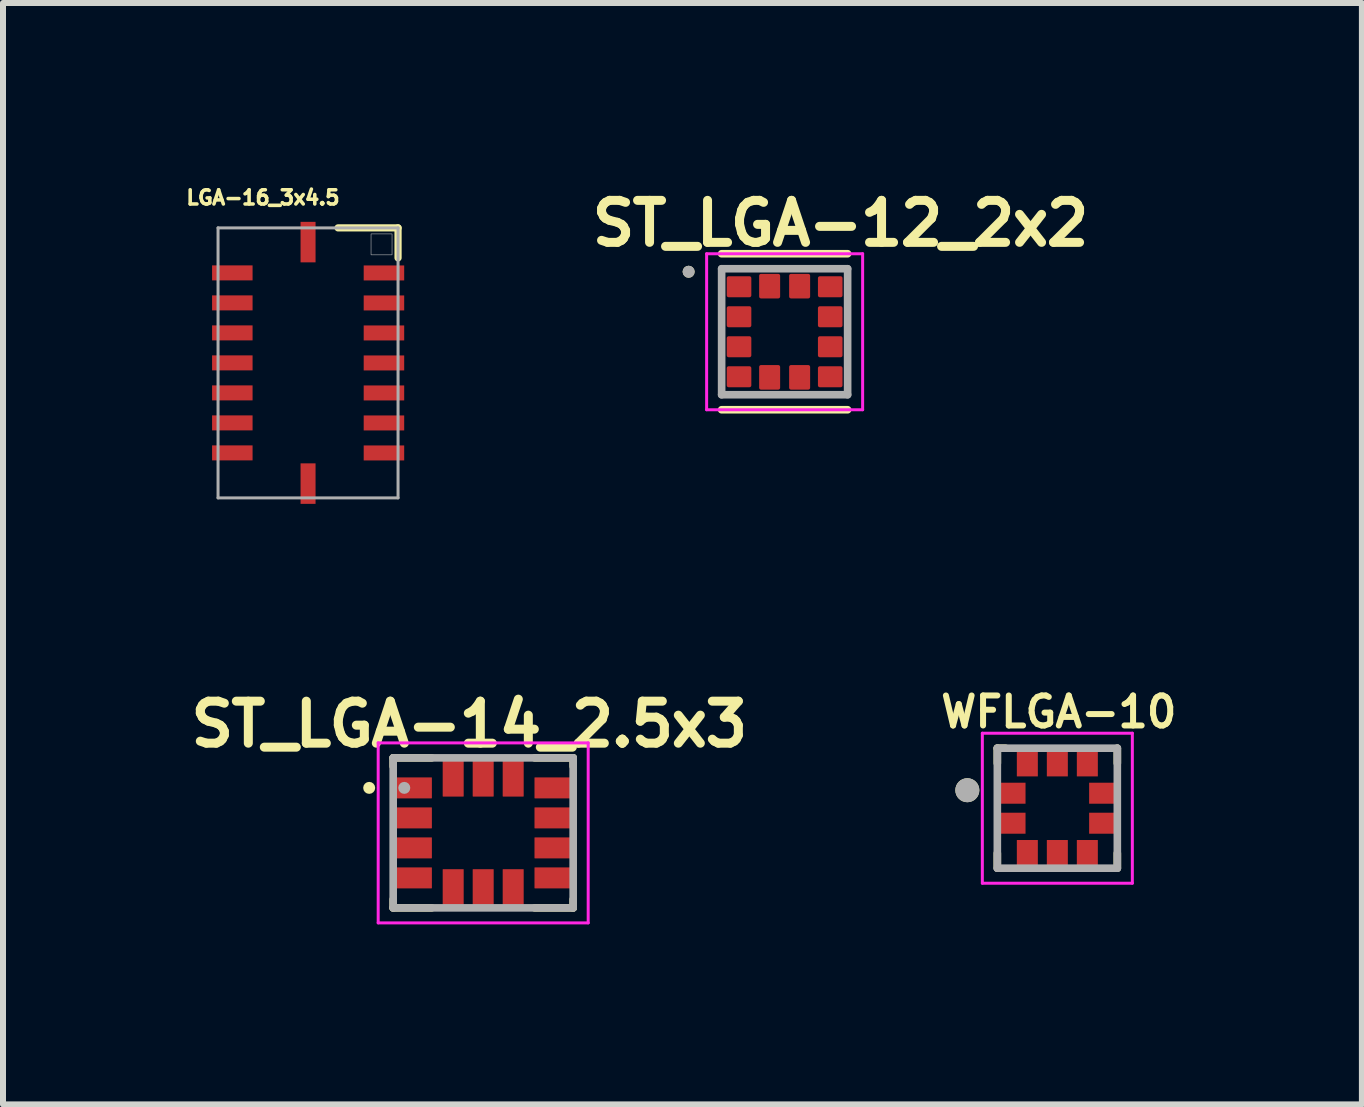
<source format=kicad_pcb>
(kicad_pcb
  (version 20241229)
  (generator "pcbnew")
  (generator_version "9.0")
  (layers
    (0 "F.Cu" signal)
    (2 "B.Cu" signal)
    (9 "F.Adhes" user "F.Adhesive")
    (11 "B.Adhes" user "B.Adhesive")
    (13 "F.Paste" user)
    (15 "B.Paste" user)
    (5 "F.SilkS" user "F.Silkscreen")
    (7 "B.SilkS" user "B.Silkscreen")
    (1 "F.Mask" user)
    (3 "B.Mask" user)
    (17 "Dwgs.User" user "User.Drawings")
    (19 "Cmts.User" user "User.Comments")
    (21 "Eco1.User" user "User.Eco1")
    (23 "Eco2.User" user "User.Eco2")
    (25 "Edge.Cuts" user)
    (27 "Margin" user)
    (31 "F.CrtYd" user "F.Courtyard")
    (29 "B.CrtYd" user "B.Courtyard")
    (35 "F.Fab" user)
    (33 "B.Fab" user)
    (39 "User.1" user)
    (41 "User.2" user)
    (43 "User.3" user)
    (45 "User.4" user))
  (footprint "LGA-16_3x4.5"
    (layer "F.Cu")
    (at 2.084 2.998)
    (property "Reference" "LGA-16_3x4.5" (at -0.751 -2.755 0) (layer "F.SilkS") (effects (font (size 0.237 0.237) (thickness 0.15))))
    (attr through_hole)
    (fp_line (start 0.5 -2.25) (end 1.5 -2.25) (stroke (width 0.12) (type solid)) (layer "F.SilkS"))
    (fp_line (start 1.5 -2.25) (end 1.5 -1.75) (stroke (width 0.12) (type solid)) (layer "F.SilkS"))
    (fp_line (start -1.5 -2.25) (end -1.5 2.25) (stroke (width 0.05) (type solid)) (layer "F.Fab"))
    (fp_line (start -1.5 2.25) (end 1.5 2.25) (stroke (width 0.05) (type solid)) (layer "F.Fab"))
    (fp_line (start 1.5 -2.25) (end -1.5 -2.25) (stroke (width 0.05) (type solid)) (layer "F.Fab"))
    (fp_line (start 1.5 2.25) (end 1.5 -2.25) (stroke (width 0.05) (type solid)) (layer "F.Fab"))
    (fp_poly (pts (xy 1.05 -2.15) (xy 1.4 -2.15) (xy 1.4 -1.801) (xy 1.05 -1.801)) (stroke (width 0.01) (type solid)) (fill no) (layer "F.Fab"))
    (pad "1" smd rect (at 1.265 -1.499) (size 0.675 0.25) (layers "F.Cu" "F.Mask" "F.Paste"))
    (pad "2" smd rect (at 1.265 -0.999) (size 0.675 0.25) (layers "F.Cu" "F.Mask" "F.Paste"))
    (pad "3" smd rect (at 1.265 -0.499) (size 0.675 0.25) (layers "F.Cu" "F.Mask" "F.Paste"))
    (pad "4" smd rect (at 1.265 0.001) (size 0.675 0.25) (layers "F.Cu" "F.Mask" "F.Paste"))
    (pad "5" smd rect (at 1.265 0.501) (size 0.675 0.25) (layers "F.Cu" "F.Mask" "F.Paste"))
    (pad "6" smd rect (at 1.265 1.001) (size 0.675 0.25) (layers "F.Cu" "F.Mask" "F.Paste"))
    (pad "7" smd rect (at 1.265 1.501) (size 0.675 0.25) (layers "F.Cu" "F.Mask" "F.Paste"))
    (pad "8" smd rect (at 0.000228 2.012 90) (size 0.675 0.25) (layers "F.Cu" "F.Mask" "F.Paste"))
    (pad "9" smd rect (at -1.262 1.5 180) (size 0.675 0.25) (layers "F.Cu" "F.Mask" "F.Paste"))
    (pad "10" smd rect (at -1.262 1 180) (size 0.675 0.25) (layers "F.Cu" "F.Mask" "F.Paste"))
    (pad "11" smd rect (at -1.262 0.5 180) (size 0.675 0.25) (layers "F.Cu" "F.Mask" "F.Paste"))
    (pad "12" smd rect (at -1.262 -0.000159 180) (size 0.675 0.25) (layers "F.Cu" "F.Mask" "F.Paste"))
    (pad "13" smd rect (at -1.262 -0.5 180) (size 0.675 0.25) (layers "F.Cu" "F.Mask" "F.Paste"))
    (pad "14" smd rect (at -1.262 -1 180) (size 0.675 0.25) (layers "F.Cu" "F.Mask" "F.Paste"))
    (pad "15" smd rect (at -1.262 -1.5 180) (size 0.675 0.25) (layers "F.Cu" "F.Mask" "F.Paste"))
    (pad "16" smd rect (at 0.000128 -2.013 90) (size 0.675 0.25) (layers "F.Cu" "F.Mask" "F.Paste")))
  (footprint "ST_LGA-12_2x2"
    (layer "F.Cu")
    (at 10.027 2.479)
    (property "Reference" "ST_LGA-12_2x2" (at 0.932 -1.806 0) (layer "F.SilkS") (effects (font (size 0.7 0.7) (thickness 0.15))))
    (attr smd)
    (fp_line (start -1.05 -1.3) (end 1.05 -1.3) (stroke (width 0.127) (type solid)) (layer "F.SilkS"))
    (fp_line (start 1.05 1.3) (end -1.05 1.3) (stroke (width 0.127) (type solid)) (layer "F.SilkS"))
    (fp_circle (center -1.6 -1) (end -1.55 -1) (stroke (width 0.1) (type solid)) (fill no) (layer "F.SilkS"))
    (fp_line (start -1.3 -1.3) (end -1.3 1.3) (stroke (width 0.05) (type solid)) (layer "F.CrtYd"))
    (fp_line (start -1.3 1.3) (end 1.3 1.3) (stroke (width 0.05) (type solid)) (layer "F.CrtYd"))
    (fp_line (start 1.3 -1.3) (end -1.3 -1.3) (stroke (width 0.05) (type solid)) (layer "F.CrtYd"))
    (fp_line (start 1.3 1.3) (end 1.3 -1.3) (stroke (width 0.05) (type solid)) (layer "F.CrtYd"))
    (fp_line (start -1.05 -1.05) (end 1.05 -1.05) (stroke (width 0.127) (type solid)) (layer "F.Fab"))
    (fp_line (start -1.05 1.05) (end -1.05 -1.05) (stroke (width 0.127) (type solid)) (layer "F.Fab"))
    (fp_line (start 1.05 -1.05) (end 1.05 1.05) (stroke (width 0.127) (type solid)) (layer "F.Fab"))
    (fp_line (start 1.05 1.05) (end -1.05 1.05) (stroke (width 0.127) (type solid)) (layer "F.Fab"))
    (fp_circle (center -1.6 -1) (end -1.55 -1) (stroke (width 0.1) (type solid)) (fill no) (layer "F.Fab"))
    (pad "1" smd roundrect (at -0.76 -0.75) (size 0.41 0.35) (layers "F.Cu" "F.Mask" "F.Paste") (roundrect_rratio 0.09))
    (pad "2" smd roundrect (at -0.76 -0.25) (size 0.41 0.35) (layers "F.Cu" "F.Mask" "F.Paste") (roundrect_rratio 0.09))
    (pad "3" smd roundrect (at -0.76 0.25) (size 0.41 0.35) (layers "F.Cu" "F.Mask" "F.Paste") (roundrect_rratio 0.09))
    (pad "4" smd roundrect (at -0.76 0.75) (size 0.41 0.35) (layers "F.Cu" "F.Mask" "F.Paste") (roundrect_rratio 0.09))
    (pad "5" smd roundrect (at -0.25 0.76 90) (size 0.41 0.35) (layers "F.Cu" "F.Mask" "F.Paste") (roundrect_rratio 0.09))
    (pad "6" smd roundrect (at 0.25 0.76 90) (size 0.41 0.35) (layers "F.Cu" "F.Mask" "F.Paste") (roundrect_rratio 0.09))
    (pad "7" smd roundrect (at 0.76 0.75) (size 0.41 0.35) (layers "F.Cu" "F.Mask" "F.Paste") (roundrect_rratio 0.09))
    (pad "8" smd roundrect (at 0.76 0.25) (size 0.41 0.35) (layers "F.Cu" "F.Mask" "F.Paste") (roundrect_rratio 0.09))
    (pad "9" smd roundrect (at 0.76 -0.25) (size 0.41 0.35) (layers "F.Cu" "F.Mask" "F.Paste") (roundrect_rratio 0.09))
    (pad "10" smd roundrect (at 0.76 -0.75) (size 0.41 0.35) (layers "F.Cu" "F.Mask" "F.Paste") (roundrect_rratio 0.09))
    (pad "11" smd roundrect (at 0.25 -0.76 90) (size 0.41 0.35) (layers "F.Cu" "F.Mask" "F.Paste") (roundrect_rratio 0.09))
    (pad "12" smd roundrect (at -0.25 -0.76 90) (size 0.41 0.35) (layers "F.Cu" "F.Mask" "F.Paste") (roundrect_rratio 0.09)))
  (footprint "ST_LGA-14_2.5x3"
    (layer "F.Cu")
    (at 5.003 10.831)
    (property "Reference" "ST_LGA-14_2.5x3" (at -0.231 -1.811 0) (layer "F.SilkS") (effects (font (size 0.7 0.7) (thickness 0.15))))
    (attr smd)
    (fp_line (start -1.5 -1.25) (end -0.859 -1.25) (stroke (width 0.127) (type solid)) (layer "F.SilkS"))
    (fp_line (start -1.5 -1.109) (end -1.5 -1.25) (stroke (width 0.127) (type solid)) (layer "F.SilkS"))
    (fp_line (start -1.5 1.109) (end -1.5 1.25) (stroke (width 0.127) (type solid)) (layer "F.SilkS"))
    (fp_line (start -1.5 1.25) (end -0.859 1.25) (stroke (width 0.127) (type solid)) (layer "F.SilkS"))
    (fp_line (start 1.5 -1.25) (end 0.859 -1.25) (stroke (width 0.127) (type solid)) (layer "F.SilkS"))
    (fp_line (start 1.5 -1.109) (end 1.5 -1.25) (stroke (width 0.127) (type solid)) (layer "F.SilkS"))
    (fp_line (start 1.5 1.109) (end 1.5 1.25) (stroke (width 0.127) (type solid)) (layer "F.SilkS"))
    (fp_line (start 1.5 1.25) (end 0.859 1.25) (stroke (width 0.127) (type solid)) (layer "F.SilkS"))
    (fp_circle (center -1.9 -0.75) (end -1.85 -0.75) (stroke (width 0.1) (type solid)) (fill no) (layer "F.SilkS"))
    (fp_line (start -1.75 -1.5) (end 1.75 -1.5) (stroke (width 0.05) (type solid)) (layer "F.CrtYd"))
    (fp_line (start -1.75 1.5) (end -1.75 -1.5) (stroke (width 0.05) (type solid)) (layer "F.CrtYd"))
    (fp_line (start 1.75 -1.5) (end 1.75 1.5) (stroke (width 0.05) (type solid)) (layer "F.CrtYd"))
    (fp_line (start 1.75 1.5) (end -1.75 1.5) (stroke (width 0.05) (type solid)) (layer "F.CrtYd"))
    (fp_line (start -1.5 -1.25) (end 1.5 -1.25) (stroke (width 0.127) (type solid)) (layer "F.Fab"))
    (fp_line (start -1.5 1.25) (end -1.5 -1.25) (stroke (width 0.127) (type solid)) (layer "F.Fab"))
    (fp_line (start -1.5 1.25) (end 1.5 1.25) (stroke (width 0.127) (type solid)) (layer "F.Fab"))
    (fp_line (start 1.5 -1.25) (end 1.5 1.25) (stroke (width 0.127) (type solid)) (layer "F.Fab"))
    (fp_circle (center -1.315 -0.75) (end -1.265 -0.75) (stroke (width 0.1) (type solid)) (fill no) (layer "F.Fab"))
    (pad "1" smd roundrect (at -1.16 -0.75 180) (size 0.61 0.35) (layers "F.Cu" "F.Mask" "F.Paste") (roundrect_rratio 0.02))
    (pad "2" smd roundrect (at -1.16 -0.25 180) (size 0.61 0.35) (layers "F.Cu" "F.Mask" "F.Paste") (roundrect_rratio 0.02))
    (pad "3" smd roundrect (at -1.16 0.25 180) (size 0.61 0.35) (layers "F.Cu" "F.Mask" "F.Paste") (roundrect_rratio 0.02))
    (pad "4" smd roundrect (at -1.16 0.75 180) (size 0.61 0.35) (layers "F.Cu" "F.Mask" "F.Paste") (roundrect_rratio 0.02))
    (pad "5" smd roundrect (at -0.5 0.91 270) (size 0.61 0.35) (layers "F.Cu" "F.Mask" "F.Paste") (roundrect_rratio 0.02))
    (pad "6" smd roundrect (at 0 0.91 270) (size 0.61 0.35) (layers "F.Cu" "F.Mask" "F.Paste") (roundrect_rratio 0.02))
    (pad "7" smd roundrect (at 0.5 0.91 270) (size 0.61 0.35) (layers "F.Cu" "F.Mask" "F.Paste") (roundrect_rratio 0.02))
    (pad "8" smd roundrect (at 1.16 0.75) (size 0.61 0.35) (layers "F.Cu" "F.Mask" "F.Paste") (roundrect_rratio 0.02))
    (pad "9" smd roundrect (at 1.16 0.25) (size 0.61 0.35) (layers "F.Cu" "F.Mask" "F.Paste") (roundrect_rratio 0.02))
    (pad "10" smd roundrect (at 1.16 -0.25) (size 0.61 0.35) (layers "F.Cu" "F.Mask" "F.Paste") (roundrect_rratio 0.02))
    (pad "11" smd roundrect (at 1.16 -0.75) (size 0.61 0.35) (layers "F.Cu" "F.Mask" "F.Paste") (roundrect_rratio 0.02))
    (pad "12" smd roundrect (at 0.5 -0.91 90) (size 0.61 0.35) (layers "F.Cu" "F.Mask" "F.Paste") (roundrect_rratio 0.02))
    (pad "13" smd roundrect (at 0 -0.91 90) (size 0.61 0.35) (layers "F.Cu" "F.Mask" "F.Paste") (roundrect_rratio 0.02))
    (pad "14" smd roundrect (at -0.5 -0.91 90) (size 0.61 0.35) (layers "F.Cu" "F.Mask" "F.Paste") (roundrect_rratio 0.02)))
  (footprint "WFLGA-10"
    (layer "F.Cu")
    (at 14.572 10.42)
    (property "Reference" "WFLGA-10" (at 0.024 -1.605 0) (layer "F.SilkS") (effects (font (size 0.5 0.5) (thickness 0.1) (bold yes))))
    (attr smd)
    (fp_line (start -1 -0.75) (end -1 -1) (stroke (width 0.127) (type solid)) (layer "F.SilkS"))
    (fp_line (start -1 1) (end -1 0.75) (stroke (width 0.127) (type solid)) (layer "F.SilkS"))
    (fp_line (start -0.864 -1) (end -1 -1) (stroke (width 0.127) (type solid)) (layer "F.SilkS"))
    (fp_line (start 1 -1) (end 1 -0.75) (stroke (width 0.127) (type solid)) (layer "F.SilkS"))
    (fp_line (start 1 1) (end 1 0.75) (stroke (width 0.127) (type solid)) (layer "F.SilkS"))
    (fp_circle (center -1.5 -0.3) (end -1.4 -0.3) (stroke (width 0.2) (type solid)) (fill no) (layer "F.SilkS"))
    (fp_line (start -1.25 -1.25) (end 1.25 -1.25) (stroke (width 0.05) (type solid)) (layer "F.CrtYd"))
    (fp_line (start -1.25 1.25) (end -1.25 -1.25) (stroke (width 0.05) (type solid)) (layer "F.CrtYd"))
    (fp_line (start 1.25 -1.25) (end 1.25 1.25) (stroke (width 0.05) (type solid)) (layer "F.CrtYd"))
    (fp_line (start 1.25 1.25) (end -1.25 1.25) (stroke (width 0.05) (type solid)) (layer "F.CrtYd"))
    (fp_line (start -1 -1) (end 1 -1) (stroke (width 0.127) (type solid)) (layer "F.Fab"))
    (fp_line (start -1 1) (end -1 -1) (stroke (width 0.127) (type solid)) (layer "F.Fab"))
    (fp_line (start 1 -1) (end 1 1) (stroke (width 0.127) (type solid)) (layer "F.Fab"))
    (fp_line (start 1 1) (end -1 1) (stroke (width 0.127) (type solid)) (layer "F.Fab"))
    (fp_circle (center -1.5 -0.3) (end -1.4 -0.3) (stroke (width 0.2) (type solid)) (fill no) (layer "F.Fab"))
    (pad "1" smd rect (at -0.745 -0.25) (size 0.43 0.35) (layers "F.Cu" "F.Mask" "F.Paste"))
    (pad "2" smd rect (at -0.745 0.25) (size 0.43 0.35) (layers "F.Cu" "F.Mask" "F.Paste"))
    (pad "3" smd rect (at -0.5 0.745) (size 0.35 0.43) (layers "F.Cu" "F.Mask" "F.Paste"))
    (pad "4" smd rect (at 0 0.745) (size 0.35 0.43) (layers "F.Cu" "F.Mask" "F.Paste"))
    (pad "5" smd rect (at 0.5 0.745) (size 0.35 0.43) (layers "F.Cu" "F.Mask" "F.Paste"))
    (pad "6" smd rect (at 0.745 0.25) (size 0.43 0.35) (layers "F.Cu" "F.Mask" "F.Paste"))
    (pad "7" smd rect (at 0.745 -0.25) (size 0.43 0.35) (layers "F.Cu" "F.Mask" "F.Paste"))
    (pad "8" smd rect (at 0.5 -0.745) (size 0.35 0.43) (layers "F.Cu" "F.Mask" "F.Paste"))
    (pad "9" smd rect (at 0 -0.745) (size 0.35 0.43) (layers "F.Cu" "F.Mask" "F.Paste"))
    (pad "10" smd rect (at -0.5 -0.745) (size 0.35 0.43) (layers "F.Cu" "F.Mask" "F.Paste")))
  (gr_rect
    (start -3 -3)
    (end 19.648 15.356)
    (stroke (width 0.1) (type default))
    (fill no)
    (layer "Edge.Cuts")))
</source>
